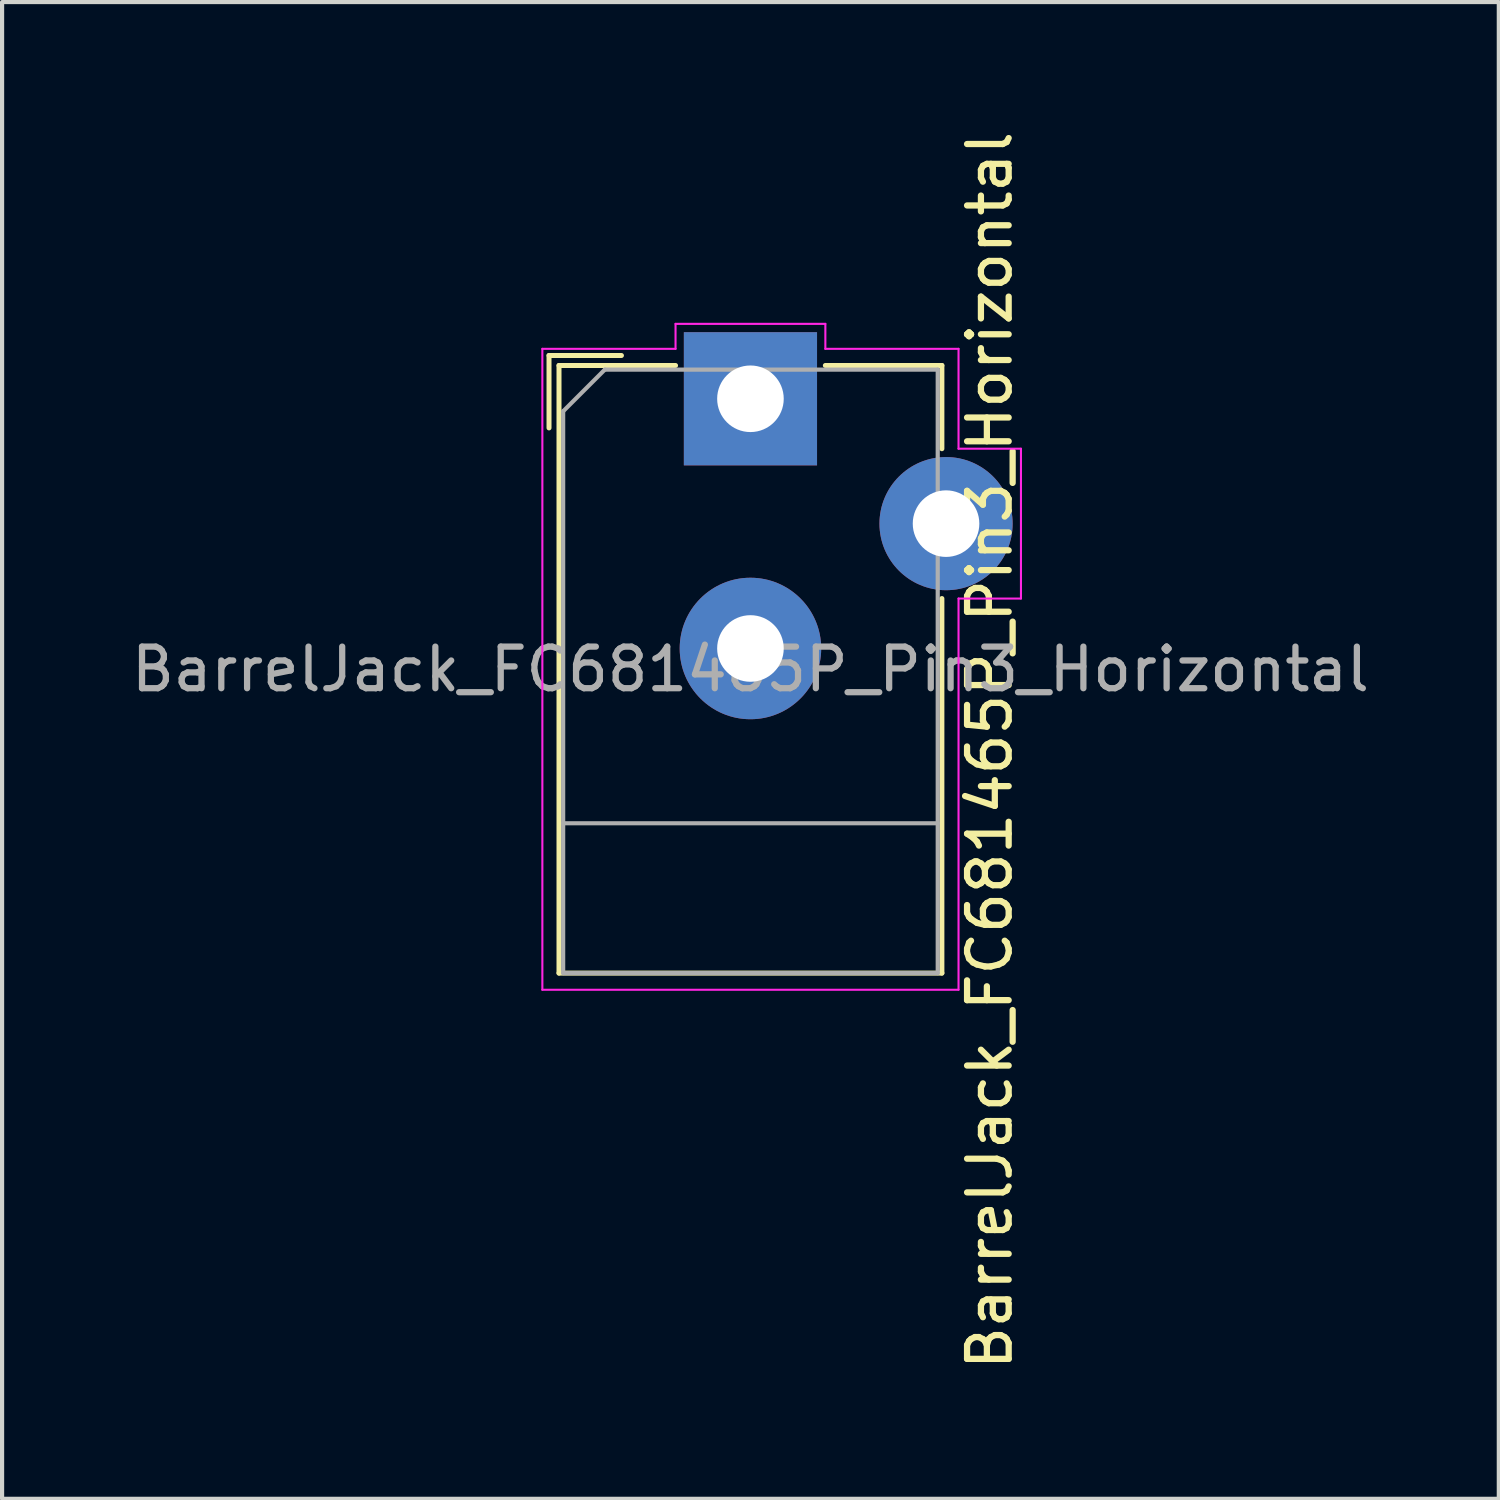
<source format=kicad_pcb>
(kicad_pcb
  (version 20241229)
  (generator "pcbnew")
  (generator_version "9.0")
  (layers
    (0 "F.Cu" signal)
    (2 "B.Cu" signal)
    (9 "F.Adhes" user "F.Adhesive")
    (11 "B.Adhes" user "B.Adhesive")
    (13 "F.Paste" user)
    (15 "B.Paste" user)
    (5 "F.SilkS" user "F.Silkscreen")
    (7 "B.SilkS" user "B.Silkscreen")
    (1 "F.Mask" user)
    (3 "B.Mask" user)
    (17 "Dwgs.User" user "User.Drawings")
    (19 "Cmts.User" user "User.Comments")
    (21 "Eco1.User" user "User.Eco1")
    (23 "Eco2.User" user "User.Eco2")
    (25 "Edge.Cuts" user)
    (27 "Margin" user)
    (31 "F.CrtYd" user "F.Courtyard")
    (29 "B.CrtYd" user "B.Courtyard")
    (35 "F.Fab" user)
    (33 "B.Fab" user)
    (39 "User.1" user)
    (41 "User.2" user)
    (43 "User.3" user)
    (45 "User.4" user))
  (footprint "BarrelJack_FC681465P_Pin3_Horizontal"
    (layer "F.Cu")
    (at 14.982 6.532)
    (property "Reference" "BarrelJack_FC681465P_Pin3_Horizontal" (at 5.75 8.45 90) (layer "F.SilkS") (effects (font (size 1 1) (thickness 0.15))))
    (attr through_hole)
    (fp_line (start -4.84 -1.04) (end -3.1 -1.04) (stroke (width 0.12) (type solid)) (layer "F.SilkS"))
    (fp_line (start -4.84 0.7) (end -4.84 -1.04) (stroke (width 0.12) (type solid)) (layer "F.SilkS"))
    (fp_line (start -4.6 -0.8) (end -1.8 -0.8) (stroke (width 0.12) (type solid)) (layer "F.SilkS"))
    (fp_line (start -4.6 13.8) (end -4.6 -0.8) (stroke (width 0.12) (type solid)) (layer "F.SilkS"))
    (fp_line (start 1.8 -0.8) (end 4.6 -0.8) (stroke (width 0.12) (type solid)) (layer "F.SilkS"))
    (fp_line (start 4.6 -0.8) (end 4.6 1.2) (stroke (width 0.12) (type solid)) (layer "F.SilkS"))
    (fp_line (start 4.6 4.8) (end 4.6 13.8) (stroke (width 0.12) (type solid)) (layer "F.SilkS"))
    (fp_line (start 4.6 13.8) (end -4.6 13.8) (stroke (width 0.12) (type solid)) (layer "F.SilkS"))
    (fp_line (start -5 -1.2) (end -1.8 -1.2) (stroke (width 0.05) (type solid)) (layer "F.CrtYd"))
    (fp_line (start -5 14.2) (end -5 -1.2) (stroke (width 0.05) (type solid)) (layer "F.CrtYd"))
    (fp_line (start -1.8 -1.8) (end 1.8 -1.8) (stroke (width 0.05) (type solid)) (layer "F.CrtYd"))
    (fp_line (start -1.8 -1.2) (end -1.8 -1.8) (stroke (width 0.05) (type solid)) (layer "F.CrtYd"))
    (fp_line (start 1.8 -1.8) (end 1.8 -1.2) (stroke (width 0.05) (type solid)) (layer "F.CrtYd"))
    (fp_line (start 1.8 -1.2) (end 5 -1.2) (stroke (width 0.05) (type solid)) (layer "F.CrtYd"))
    (fp_line (start 5 -1.2) (end 5 1.2) (stroke (width 0.05) (type solid)) (layer "F.CrtYd"))
    (fp_line (start 5 1.2) (end 6.5 1.2) (stroke (width 0.05) (type solid)) (layer "F.CrtYd"))
    (fp_line (start 5 4.8) (end 5 14.2) (stroke (width 0.05) (type solid)) (layer "F.CrtYd"))
    (fp_line (start 5 14.2) (end -5 14.2) (stroke (width 0.05) (type solid)) (layer "F.CrtYd"))
    (fp_line (start 6.5 1.2) (end 6.5 4.8) (stroke (width 0.05) (type solid)) (layer "F.CrtYd"))
    (fp_line (start 6.5 4.8) (end 5 4.8) (stroke (width 0.05) (type solid)) (layer "F.CrtYd"))
    (fp_line (start -4.5 0.3) (end -3.5 -0.7) (stroke (width 0.1) (type solid)) (layer "F.Fab"))
    (fp_line (start -4.5 10.2) (end 4.5 10.2) (stroke (width 0.1) (type solid)) (layer "F.Fab"))
    (fp_line (start -4.5 13.8) (end -4.5 0.3) (stroke (width 0.1) (type solid)) (layer "F.Fab"))
    (fp_line (start -3.5 -0.7) (end 4.5 -0.7) (stroke (width 0.1) (type solid)) (layer "F.Fab"))
    (fp_line (start 4.5 -0.7) (end 4.5 13.8) (stroke (width 0.1) (type solid)) (layer "F.Fab"))
    (fp_line (start 4.5 13.8) (end -4.5 13.8) (stroke (width 0.1) (type solid)) (layer "F.Fab"))
    (fp_text user "${REFERENCE}" (at 0 6.5 0) (layer "F.Fab") (effects (font (size 1 1) (thickness 0.15))))
    (pad "1" thru_hole rect (at 0 0) (size 3.2 3.2) (drill 1.6) (layers "*.Cu" "*.Mask"))
    (pad "2" thru_hole circle (at 4.7 3) (size 3.2 3.2) (drill 1.6) (layers "*.Cu" "*.Mask"))
    (pad "3" thru_hole circle (at 0 6) (size 3.4 3.4) (drill 1.6) (layers "*.Cu" "*.Mask")))
  (gr_rect
    (start -3 -3)
    (end 32.964 32.964)
    (stroke (width 0.1) (type default))
    (fill no)
    (layer "Edge.Cuts")))
</source>
